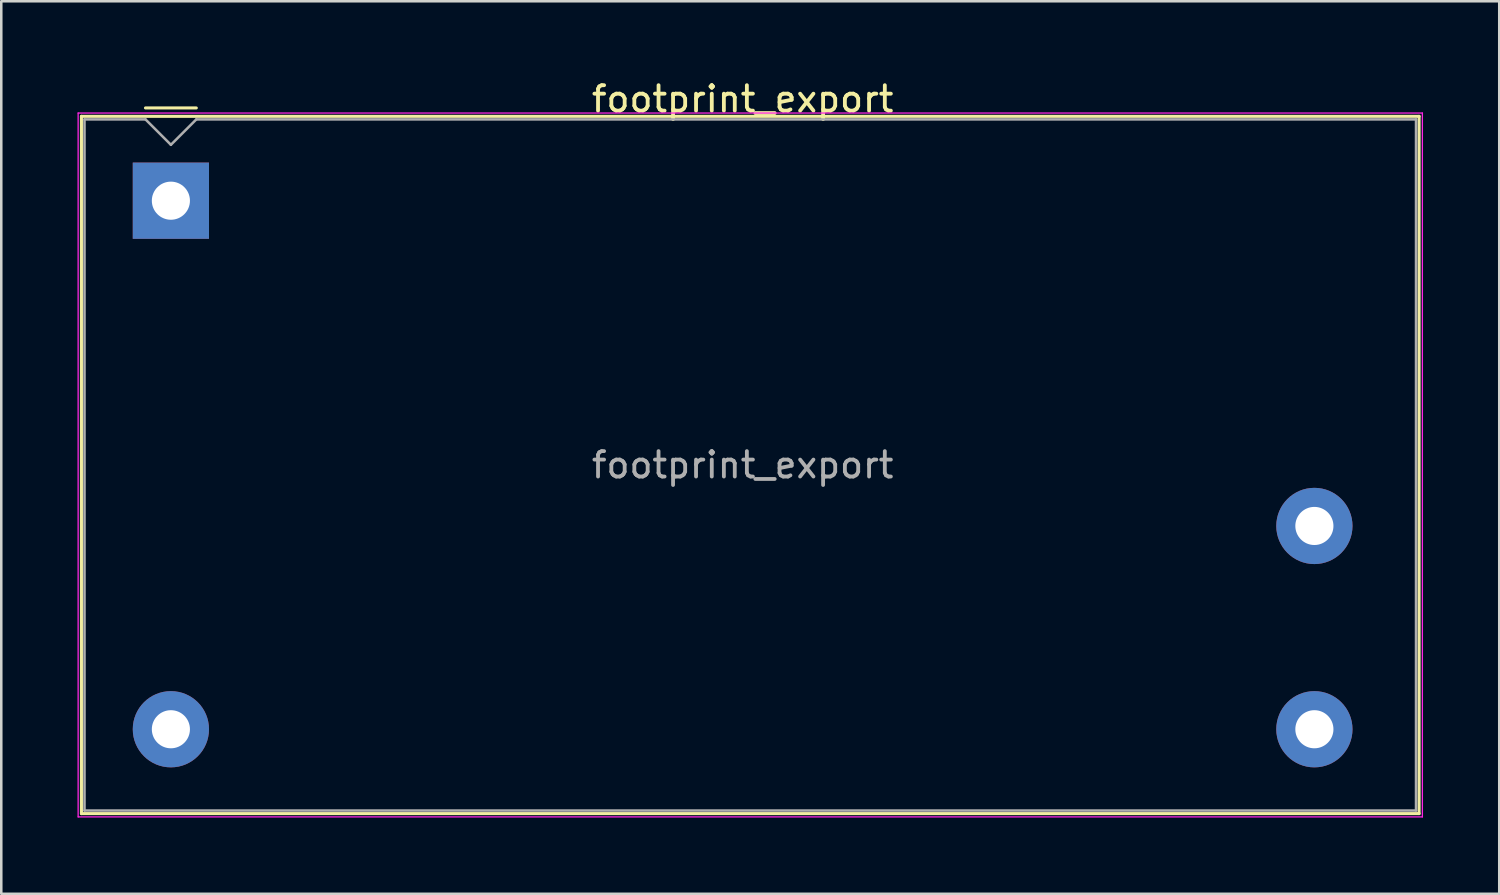
<source format=kicad_pcb>
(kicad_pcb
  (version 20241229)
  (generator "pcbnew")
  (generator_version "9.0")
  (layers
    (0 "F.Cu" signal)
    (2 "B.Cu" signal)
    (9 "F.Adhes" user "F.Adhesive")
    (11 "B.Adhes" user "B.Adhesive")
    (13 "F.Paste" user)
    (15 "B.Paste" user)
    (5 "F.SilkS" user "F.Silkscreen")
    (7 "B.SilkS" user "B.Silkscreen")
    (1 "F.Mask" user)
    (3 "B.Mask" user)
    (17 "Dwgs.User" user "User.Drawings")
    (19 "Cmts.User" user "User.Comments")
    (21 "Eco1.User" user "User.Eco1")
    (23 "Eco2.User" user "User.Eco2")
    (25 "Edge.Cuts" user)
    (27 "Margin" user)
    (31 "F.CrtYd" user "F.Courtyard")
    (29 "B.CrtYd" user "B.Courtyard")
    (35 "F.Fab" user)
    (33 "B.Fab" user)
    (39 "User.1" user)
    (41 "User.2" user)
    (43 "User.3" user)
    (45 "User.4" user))
  (footprint "footprint_export"
    (layer "F.Cu")
    (at 3.675 4.848)
    (property "Reference" "footprint_export" (at 22.5 -4 0) (layer "F.SilkS") (effects (font (size 1 1) (thickness 0.15))))
    (attr through_hole)
    (fp_line (start -3.52 -3.32) (end -3.52 24.12) (stroke (width 0.12) (type solid)) (layer "F.SilkS"))
    (fp_line (start -3.52 -3.32) (end 49.12 -3.32) (stroke (width 0.12) (type solid)) (layer "F.SilkS"))
    (fp_line (start -3.52 24.12) (end 49.12 24.12) (stroke (width 0.12) (type solid)) (layer "F.SilkS"))
    (fp_line (start 1 -3.65) (end -1 -3.65) (stroke (width 0.12) (type solid)) (layer "F.SilkS"))
    (fp_line (start 49.12 -3.32) (end 49.12 24.12) (stroke (width 0.12) (type solid)) (layer "F.SilkS"))
    (fp_line (start -3.65 -3.45) (end -3.65 24.25) (stroke (width 0.05) (type solid)) (layer "F.CrtYd"))
    (fp_line (start -3.65 -3.45) (end 49.25 -3.45) (stroke (width 0.05) (type solid)) (layer "F.CrtYd"))
    (fp_line (start -3.65 24.25) (end 49.25 24.25) (stroke (width 0.05) (type solid)) (layer "F.CrtYd"))
    (fp_line (start 49.25 -3.45) (end 49.25 24.25) (stroke (width 0.05) (type solid)) (layer "F.CrtYd"))
    (fp_line (start -3.4 -3.2) (end -3.4 24) (stroke (width 0.1) (type solid)) (layer "F.Fab"))
    (fp_line (start -3.4 24) (end 49 24) (stroke (width 0.1) (type solid)) (layer "F.Fab"))
    (fp_line (start -1 -3.2) (end -3.4 -3.2) (stroke (width 0.1) (type solid)) (layer "F.Fab"))
    (fp_line (start 0 -2.2) (end -1 -3.2) (stroke (width 0.1) (type solid)) (layer "F.Fab"))
    (fp_line (start 1 -3.2) (end 0 -2.2) (stroke (width 0.1) (type solid)) (layer "F.Fab"))
    (fp_line (start 49 -3.2) (end 1 -3.2) (stroke (width 0.1) (type solid)) (layer "F.Fab"))
    (fp_line (start 49 -3.2) (end 49 24) (stroke (width 0.1) (type solid)) (layer "F.Fab"))
    (fp_text user "${REFERENCE}" (at 22.5 10.4 0) (layer "F.Fab") (effects (font (size 1 1) (thickness 0.15))))
    (pad "1" thru_hole rect (at 0 0) (size 3 3) (drill 1.5) (layers "*.Cu" "*.Mask"))
    (pad "2" thru_hole circle (at 0 20.8) (size 3 3) (drill 1.5) (layers "*.Cu" "*.Mask"))
    (pad "3" thru_hole circle (at 45 20.8) (size 3 3) (drill 1.5) (layers "*.Cu" "*.Mask"))
    (pad "4" thru_hole circle (at 45 12.8) (size 3 3) (drill 1.5) (layers "*.Cu" "*.Mask")))
  (gr_rect
    (start -3 -3)
    (end 55.95 32.123)
    (stroke (width 0.1) (type default))
    (fill no)
    (layer "Edge.Cuts")))
</source>
